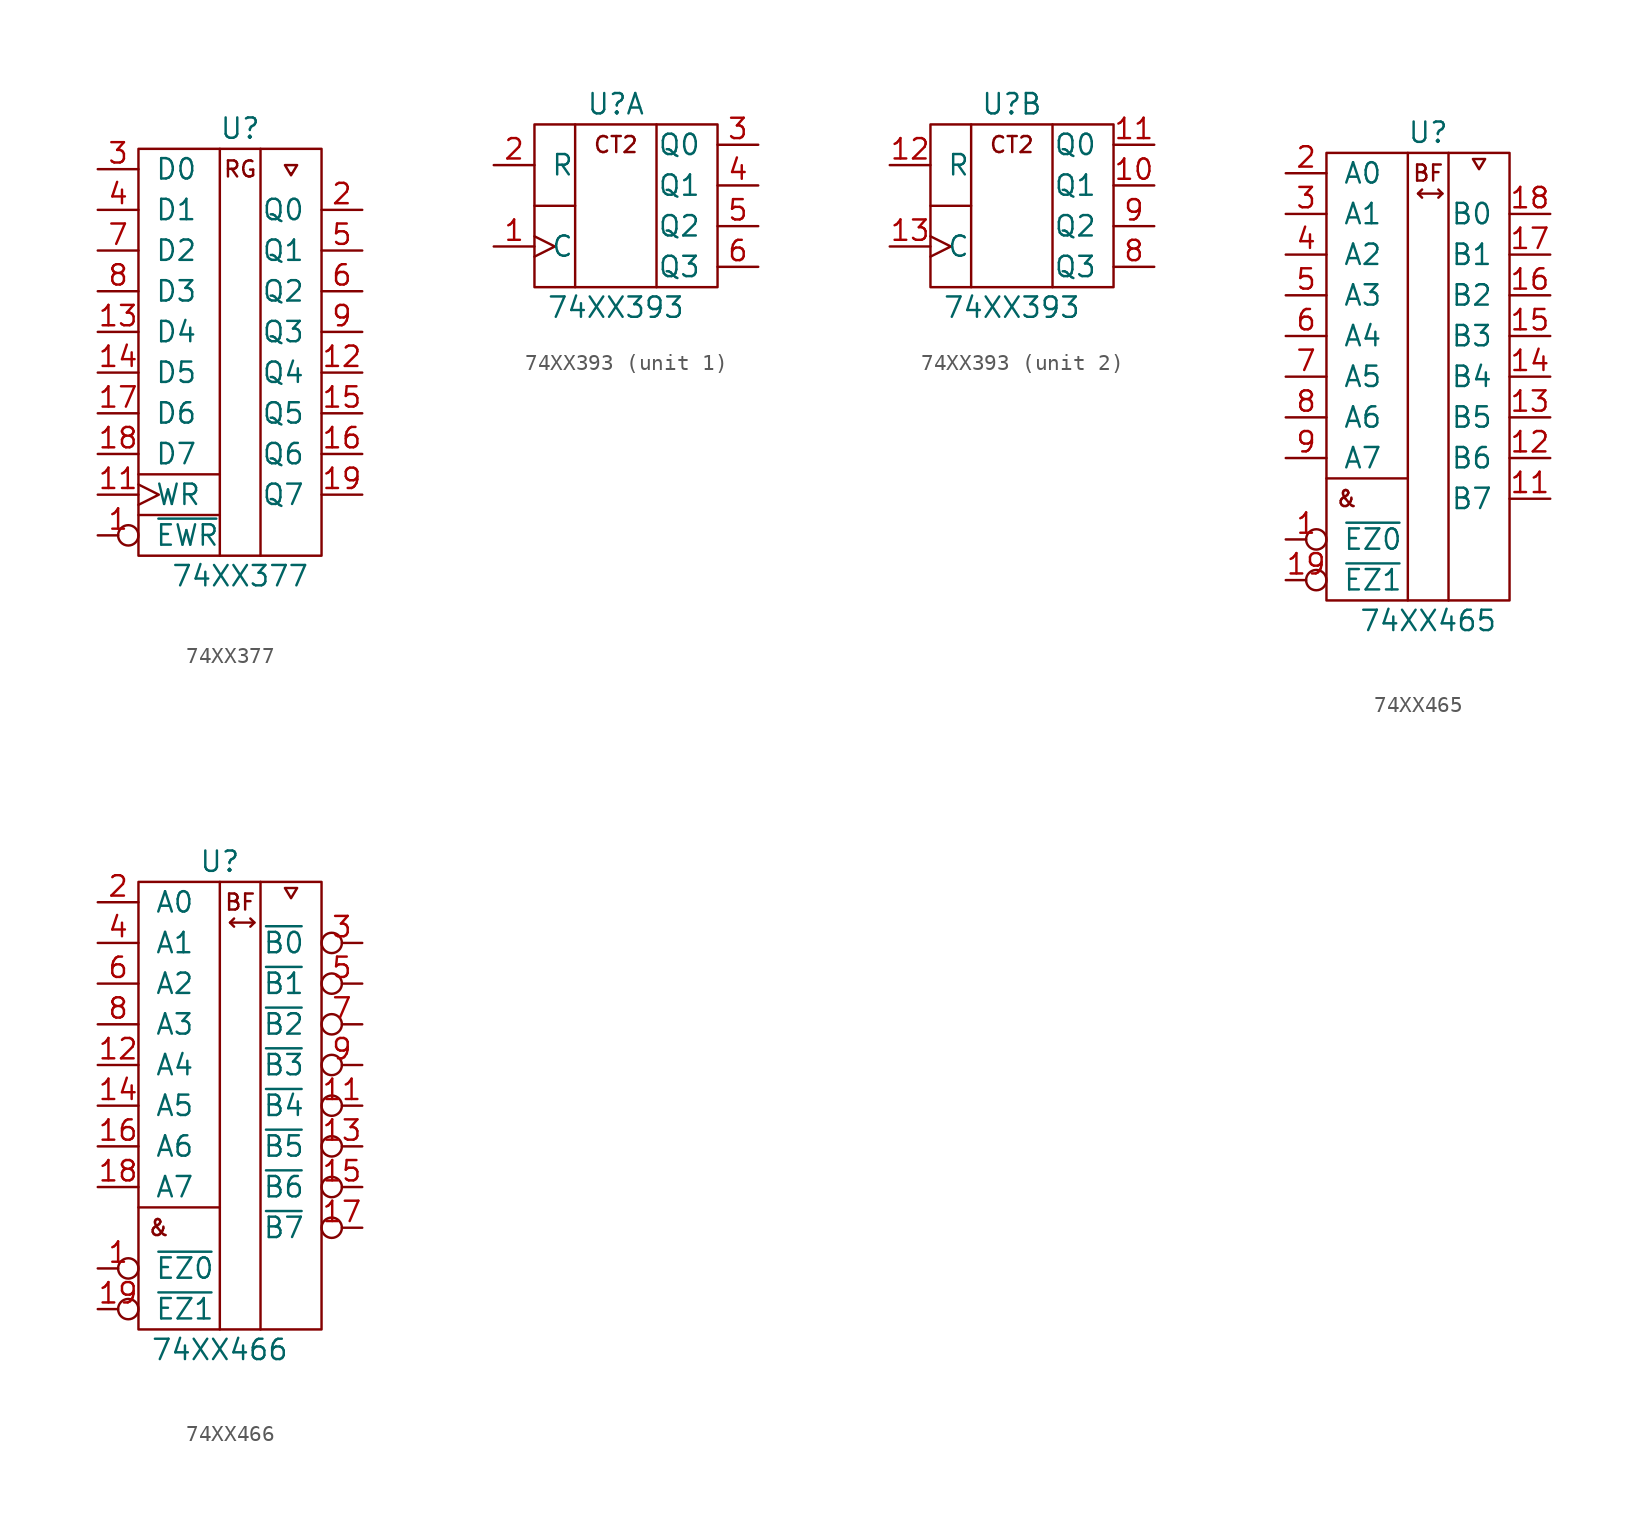
<source format=kicad_sym>
(kicad_symbol_lib
  (version 20211014)
  (generator kicad_symbol_editor)
  (symbol "74XX377"
    (pin_names
      (offset 1.016))
    (property "Reference" "U"
      (at 0 13.97 0)
      (effects (font (size 1.27 1.27))))
    (property "Value" "74XX377"
      (at 0 -13.97 0)
      (effects (font (size 1.27 1.27))))
    (symbol "74XX377_1_1"
      (rectangle (start -6.35 -12.7) (end 5.08 12.7) (stroke (width 0) (type default) (color 0 0 0 0)) (fill (type none)))
      (polyline (pts (xy -1.27 12.7) (xy -1.27 -12.7)) (stroke (width 0) (type default) (color 0 0 0 0)) (fill (type none)))
      (polyline (pts (xy 1.27 -12.7) (xy 1.27 12.7)) (stroke (width 0) (type default) (color 0 0 0 0)) (fill (type none)))
      (polyline (pts (xy -5.08 -7.62) (xy -6.35 -7.62) (xy -1.27 -7.62)) (stroke (width 0) (type default) (color 0 0 0 0)) (fill (type none)))
      (polyline (pts (xy -1.27 -10.16) (xy -6.35 -10.16) (xy -5.08 -10.16)) (stroke (width 0) (type default) (color 0 0 0 0)) (fill (type none)))
      (polyline (pts (xy 3.175 11.049) (xy 2.794 11.684) (xy 3.556 11.684) (xy 3.175 11.049) (xy 3.175 11.176) (xy 3.175 11.049)) (stroke (width 0) (type default) (color 0 0 0 0)) (fill (type none)))
      (text "RG" (at 0 11.43 0) (effects (font (size 1 1))))
      (pin input inverted (at -8.89 -11.43 0) (length 2.54) (name "~{EWR}" (effects (font (size 1.27 1.27)))) (number "1" (effects (font (size 1.27 1.27)))))
      (pin power_in line (at 5.08 -12.7 180) (length 0) hide (name "GND" (effects (font (size 1.27 1.27)))) (number "10" (effects (font (size 1.27 1.27)))))
      (pin input clock (at -8.89 -8.89 0) (length 2.54) (name "WR" (effects (font (size 1.27 1.27)))) (number "11" (effects (font (size 1.27 1.27)))))
      (pin output line (at 7.62 -1.27 180) (length 2.54) (name "Q4" (effects (font (size 1.27 1.27)))) (number "12" (effects (font (size 1.27 1.27)))))
      (pin input line (at -8.89 1.27 0) (length 2.54) (name "D4" (effects (font (size 1.27 1.27)))) (number "13" (effects (font (size 1.27 1.27)))))
      (pin input line (at -8.89 -1.27 0) (length 2.54) (name "D5" (effects (font (size 1.27 1.27)))) (number "14" (effects (font (size 1.27 1.27)))))
      (pin output line (at 7.62 -3.81 180) (length 2.54) (name "Q5" (effects (font (size 1.27 1.27)))) (number "15" (effects (font (size 1.27 1.27)))))
      (pin output line (at 7.62 -6.35 180) (length 2.54) (name "Q6" (effects (font (size 1.27 1.27)))) (number "16" (effects (font (size 1.27 1.27)))))
      (pin input line (at -8.89 -3.81 0) (length 2.54) (name "D6" (effects (font (size 1.27 1.27)))) (number "17" (effects (font (size 1.27 1.27)))))
      (pin input line (at -8.89 -6.35 0) (length 2.54) (name "D7" (effects (font (size 1.27 1.27)))) (number "18" (effects (font (size 1.27 1.27)))))
      (pin output line (at 7.62 -8.89 180) (length 2.54) (name "Q7" (effects (font (size 1.27 1.27)))) (number "19" (effects (font (size 1.27 1.27)))))
      (pin output line (at 7.62 8.89 180) (length 2.54) (name "Q0" (effects (font (size 1.27 1.27)))) (number "2" (effects (font (size 1.27 1.27)))))
      (pin power_in line (at 5.08 12.7 180) (length 0) hide (name "VCC" (effects (font (size 1.27 1.27)))) (number "20" (effects (font (size 1.27 1.27)))))
      (pin input line (at -8.89 11.43 0) (length 2.54) (name "D0" (effects (font (size 1.27 1.27)))) (number "3" (effects (font (size 1.27 1.27)))))
      (pin input line (at -8.89 8.89 0) (length 2.54) (name "D1" (effects (font (size 1.27 1.27)))) (number "4" (effects (font (size 1.27 1.27)))))
      (pin output line (at 7.62 6.35 180) (length 2.54) (name "Q1" (effects (font (size 1.27 1.27)))) (number "5" (effects (font (size 1.27 1.27)))))
      (pin output line (at 7.62 3.81 180) (length 2.54) (name "Q2" (effects (font (size 1.27 1.27)))) (number "6" (effects (font (size 1.27 1.27)))))
      (pin input line (at -8.89 6.35 0) (length 2.54) (name "D2" (effects (font (size 1.27 1.27)))) (number "7" (effects (font (size 1.27 1.27)))))
      (pin input line (at -8.89 3.81 0) (length 2.54) (name "D3" (effects (font (size 1.27 1.27)))) (number "8" (effects (font (size 1.27 1.27)))))
      (pin output line (at 7.62 1.27 180) (length 2.54) (name "Q3" (effects (font (size 1.27 1.27)))) (number "9" (effects (font (size 1.27 1.27)))))))
  (symbol "74XX393"
    (pin_names
      (offset 1.016))
    (property "Reference" "U"
      (at 0 6.35 0)
      (effects (font (size 1.27 1.27))))
    (property "Value" "74XX393"
      (at 0 -6.35 0)
      (effects (font (size 1.27 1.27))))
    (symbol "74XX393_0_0"
      (polyline (pts (xy -5.08 0) (xy -2.54 0)) (stroke (width 0) (type default) (color 0 0 0 0)) (fill (type none)))
      (text "CT2" (at 0 3.81 0) (effects (font (size 1 1)))))
    (symbol "74XX393_0_1"
      (rectangle (start -5.08 -5.08) (end 6.35 5.08) (stroke (width 0) (type default) (color 0 0 0 0)) (fill (type none)))
      (polyline (pts (xy -2.54 -5.08) (xy -2.54 5.08)) (stroke (width 0) (type default) (color 0 0 0 0)) (fill (type none)))
      (polyline (pts (xy 2.54 5.08) (xy 2.54 -5.08)) (stroke (width 0) (type default) (color 0 0 0 0)) (fill (type none)))
      (pin power_in line (at 6.35 5.08 180) (length 0) hide (name "VCC" (effects (font (size 1.27 1.27)))) (number "14" (effects (font (size 1.27 1.27)))))
      (pin power_in line (at 6.35 -5.08 180) (length 0) hide (name "GND" (effects (font (size 1.27 1.27)))) (number "7" (effects (font (size 1.27 1.27))))))
    (symbol "74XX393_1_1"
      (pin input clock (at -7.62 -2.54 0) (length 2.54) (name "C" (effects (font (size 1.27 1.27)))) (number "1" (effects (font (size 1.27 1.27)))))
      (pin input line (at -7.62 2.54 0) (length 2.54) (name "R" (effects (font (size 1.27 1.27)))) (number "2" (effects (font (size 1.27 1.27)))))
      (pin output line (at 8.89 3.81 180) (length 2.54) (name "Q0" (effects (font (size 1.27 1.27)))) (number "3" (effects (font (size 1.27 1.27)))))
      (pin output line (at 8.89 1.27 180) (length 2.54) (name "Q1" (effects (font (size 1.27 1.27)))) (number "4" (effects (font (size 1.27 1.27)))))
      (pin output line (at 8.89 -1.27 180) (length 2.54) (name "Q2" (effects (font (size 1.27 1.27)))) (number "5" (effects (font (size 1.27 1.27)))))
      (pin output line (at 8.89 -3.81 180) (length 2.54) (name "Q3" (effects (font (size 1.27 1.27)))) (number "6" (effects (font (size 1.27 1.27))))))
    (symbol "74XX393_2_1"
      (pin output line (at 8.89 1.27 180) (length 2.54) (name "Q1" (effects (font (size 1.27 1.27)))) (number "10" (effects (font (size 1.27 1.27)))))
      (pin output line (at 8.89 3.81 180) (length 2.54) (name "Q0" (effects (font (size 1.27 1.27)))) (number "11" (effects (font (size 1.27 1.27)))))
      (pin input line (at -7.62 2.54 0) (length 2.54) (name "R" (effects (font (size 1.27 1.27)))) (number "12" (effects (font (size 1.27 1.27)))))
      (pin input clock (at -7.62 -2.54 0) (length 2.54) (name "C" (effects (font (size 1.27 1.27)))) (number "13" (effects (font (size 1.27 1.27)))))
      (pin output line (at 8.89 -3.81 180) (length 2.54) (name "Q3" (effects (font (size 1.27 1.27)))) (number "8" (effects (font (size 1.27 1.27)))))
      (pin output line (at 8.89 -1.27 180) (length 2.54) (name "Q2" (effects (font (size 1.27 1.27)))) (number "9" (effects (font (size 1.27 1.27)))))))
  (symbol "74XX465"
    (pin_names
      (offset 1.016))
    (property "Reference" "U"
      (at 0 13.97 0)
      (effects (font (size 1.27 1.27))))
    (property "Value" "74XX465"
      (at 0 -16.51 0)
      (effects (font (size 1.27 1.27))))
    (symbol "74XX465_0_0"
      (text "&" (at -5.08 -8.89 0) (effects (font (size 1 1)))))
    (symbol "74XX465_0_1"
      (polyline (pts (xy -1.27 12.7) (xy -1.27 -15.24)) (stroke (width 0) (type default) (color 0 0 0 0)) (fill (type none)))
      (polyline (pts (xy -0.635 10.16) (xy 0.889 10.16)) (stroke (width 0) (type default) (color 0 0 0 0)) (fill (type none)))
      (polyline (pts (xy 1.27 -15.24) (xy 1.27 12.7)) (stroke (width 0) (type default) (color 0 0 0 0)) (fill (type none)))
      (polyline (pts (xy -5.08 -7.62) (xy -6.35 -7.62) (xy -1.27 -7.62)) (stroke (width 0) (type default) (color 0 0 0 0)) (fill (type none)))
      (polyline (pts (xy -0.381 10.414) (xy -0.635 10.16) (xy -0.381 9.906)) (stroke (width 0) (type default) (color 0 0 0 0)) (fill (type none)))
      (polyline (pts (xy 0.635 10.414) (xy 0.889 10.16) (xy 0.635 9.906)) (stroke (width 0) (type default) (color 0 0 0 0)) (fill (type none)))
      (polyline (pts (xy 3.175 11.684) (xy 2.794 12.319) (xy 3.556 12.319) (xy 3.175 11.684)) (stroke (width 0) (type default) (color 0 0 0 0)) (fill (type none))))
    (symbol "74XX465_1_1"
      (rectangle (start -6.35 -15.24) (end 5.08 12.7) (stroke (width 0) (type default) (color 0 0 0 0)) (fill (type none)))
      (text "BF" (at 0 11.43 0) (effects (font (size 1 1))))
      (pin input inverted (at -8.89 -11.43 0) (length 2.54) (name "~{EZ0}" (effects (font (size 1.27 1.27)))) (number "1" (effects (font (size 1.27 1.27)))))
      (pin power_in line (at 5.08 -15.24 180) (length 0) hide (name "GND" (effects (font (size 1.27 1.27)))) (number "10" (effects (font (size 1.27 1.27)))))
      (pin tri_state line (at 7.62 -8.89 180) (length 2.54) (name "B7" (effects (font (size 1.27 1.27)))) (number "11" (effects (font (size 1.27 1.27)))))
      (pin tri_state line (at 7.62 -6.35 180) (length 2.54) (name "B6" (effects (font (size 1.27 1.27)))) (number "12" (effects (font (size 1.27 1.27)))))
      (pin tri_state line (at 7.62 -3.81 180) (length 2.54) (name "B5" (effects (font (size 1.27 1.27)))) (number "13" (effects (font (size 1.27 1.27)))))
      (pin tri_state line (at 7.62 -1.27 180) (length 2.54) (name "B4" (effects (font (size 1.27 1.27)))) (number "14" (effects (font (size 1.27 1.27)))))
      (pin tri_state line (at 7.62 1.27 180) (length 2.54) (name "B3" (effects (font (size 1.27 1.27)))) (number "15" (effects (font (size 1.27 1.27)))))
      (pin tri_state line (at 7.62 3.81 180) (length 2.54) (name "B2" (effects (font (size 1.27 1.27)))) (number "16" (effects (font (size 1.27 1.27)))))
      (pin tri_state line (at 7.62 6.35 180) (length 2.54) (name "B1" (effects (font (size 1.27 1.27)))) (number "17" (effects (font (size 1.27 1.27)))))
      (pin tri_state line (at 7.62 8.89 180) (length 2.54) (name "B0" (effects (font (size 1.27 1.27)))) (number "18" (effects (font (size 1.27 1.27)))))
      (pin input inverted (at -8.89 -13.97 0) (length 2.54) (name "~{EZ1}" (effects (font (size 1.27 1.27)))) (number "19" (effects (font (size 1.27 1.27)))))
      (pin input line (at -8.89 11.43 0) (length 2.54) (name "A0" (effects (font (size 1.27 1.27)))) (number "2" (effects (font (size 1.27 1.27)))))
      (pin power_in line (at 5.08 12.7 180) (length 0) hide (name "VCC" (effects (font (size 1.27 1.27)))) (number "20" (effects (font (size 1.27 1.27)))))
      (pin input line (at -8.89 8.89 0) (length 2.54) (name "A1" (effects (font (size 1.27 1.27)))) (number "3" (effects (font (size 1.27 1.27)))))
      (pin input line (at -8.89 6.35 0) (length 2.54) (name "A2" (effects (font (size 1.27 1.27)))) (number "4" (effects (font (size 1.27 1.27)))))
      (pin input line (at -8.89 3.81 0) (length 2.54) (name "A3" (effects (font (size 1.27 1.27)))) (number "5" (effects (font (size 1.27 1.27)))))
      (pin input line (at -8.89 1.27 0) (length 2.54) (name "A4" (effects (font (size 1.27 1.27)))) (number "6" (effects (font (size 1.27 1.27)))))
      (pin input line (at -8.89 -1.27 0) (length 2.54) (name "A5" (effects (font (size 1.27 1.27)))) (number "7" (effects (font (size 1.27 1.27)))))
      (pin input line (at -8.89 -3.81 0) (length 2.54) (name "A6" (effects (font (size 1.27 1.27)))) (number "8" (effects (font (size 1.27 1.27)))))
      (pin input line (at -8.89 -6.35 0) (length 2.54) (name "A7" (effects (font (size 1.27 1.27)))) (number "9" (effects (font (size 1.27 1.27)))))))
  (symbol "74XX466"
    (pin_names
      (offset 1.016))
    (property "Reference" "U"
      (at 0 13.97 0)
      (effects (font (size 1.27 1.27))))
    (property "Value" "74XX466"
      (at 0 -16.51 0)
      (effects (font (size 1.27 1.27))))
    (symbol "74XX466_0_0"
      (polyline (pts (xy -5.08 -7.62) (xy 0 -7.62)) (stroke (width 0) (type default) (color 0 0 0 0)) (fill (type none))))
    (symbol "74XX466_0_1"
      (polyline (pts (xy 0 12.7) (xy 0 -15.24)) (stroke (width 0) (type default) (color 0 0 0 0)) (fill (type none)))
      (polyline (pts (xy 0.635 10.16) (xy 2.159 10.16)) (stroke (width 0) (type default) (color 0 0 0 0)) (fill (type none)))
      (polyline (pts (xy 2.54 -15.24) (xy 2.54 12.7)) (stroke (width 0) (type default) (color 0 0 0 0)) (fill (type none)))
      (polyline (pts (xy 0.889 10.414) (xy 0.635 10.16) (xy 0.889 9.906)) (stroke (width 0) (type default) (color 0 0 0 0)) (fill (type none)))
      (polyline (pts (xy 1.905 10.414) (xy 2.159 10.16) (xy 1.905 9.906)) (stroke (width 0) (type default) (color 0 0 0 0)) (fill (type none)))
      (polyline (pts (xy 4.445 11.684) (xy 4.064 12.319) (xy 4.826 12.319) (xy 4.445 11.684)) (stroke (width 0) (type default) (color 0 0 0 0)) (fill (type none))))
    (symbol "74XX466_1_1"
      (rectangle (start -5.08 -15.24) (end 6.35 12.7) (stroke (width 0) (type default) (color 0 0 0 0)) (fill (type none)))
      (text "&" (at -3.81 -8.89 0) (effects (font (size 1 1))))
      (text "BF" (at 1.27 11.43 0) (effects (font (size 1 1))))
      (pin input inverted (at -7.62 -11.43 0) (length 2.54) (name "~{EZ0}" (effects (font (size 1.27 1.27)))) (number "1" (effects (font (size 1.27 1.27)))))
      (pin power_in line (at 6.35 -15.24 180) (length 0) hide (name "GND" (effects (font (size 1.27 1.27)))) (number "10" (effects (font (size 1.27 1.27)))))
      (pin tri_state inverted (at 8.89 -1.27 180) (length 2.54) (name "~{B4}" (effects (font (size 1.27 1.27)))) (number "11" (effects (font (size 1.27 1.27)))))
      (pin input line (at -7.62 1.27 0) (length 2.54) (name "A4" (effects (font (size 1.27 1.27)))) (number "12" (effects (font (size 1.27 1.27)))))
      (pin tri_state inverted (at 8.89 -3.81 180) (length 2.54) (name "~{B5}" (effects (font (size 1.27 1.27)))) (number "13" (effects (font (size 1.27 1.27)))))
      (pin input line (at -7.62 -1.27 0) (length 2.54) (name "A5" (effects (font (size 1.27 1.27)))) (number "14" (effects (font (size 1.27 1.27)))))
      (pin tri_state inverted (at 8.89 -6.35 180) (length 2.54) (name "~{B6}" (effects (font (size 1.27 1.27)))) (number "15" (effects (font (size 1.27 1.27)))))
      (pin input line (at -7.62 -3.81 0) (length 2.54) (name "A6" (effects (font (size 1.27 1.27)))) (number "16" (effects (font (size 1.27 1.27)))))
      (pin tri_state inverted (at 8.89 -8.89 180) (length 2.54) (name "~{B7}" (effects (font (size 1.27 1.27)))) (number "17" (effects (font (size 1.27 1.27)))))
      (pin input line (at -7.62 -6.35 0) (length 2.54) (name "A7" (effects (font (size 1.27 1.27)))) (number "18" (effects (font (size 1.27 1.27)))))
      (pin input inverted (at -7.62 -13.97 0) (length 2.54) (name "~{EZ1}" (effects (font (size 1.27 1.27)))) (number "19" (effects (font (size 1.27 1.27)))))
      (pin input line (at -7.62 11.43 0) (length 2.54) (name "A0" (effects (font (size 1.27 1.27)))) (number "2" (effects (font (size 1.27 1.27)))))
      (pin power_in line (at 6.35 12.7 180) (length 0) hide (name "VCC" (effects (font (size 1.27 1.27)))) (number "20" (effects (font (size 1.27 1.27)))))
      (pin tri_state inverted (at 8.89 8.89 180) (length 2.54) (name "~{B0}" (effects (font (size 1.27 1.27)))) (number "3" (effects (font (size 1.27 1.27)))))
      (pin input line (at -7.62 8.89 0) (length 2.54) (name "A1" (effects (font (size 1.27 1.27)))) (number "4" (effects (font (size 1.27 1.27)))))
      (pin tri_state inverted (at 8.89 6.35 180) (length 2.54) (name "~{B1}" (effects (font (size 1.27 1.27)))) (number "5" (effects (font (size 1.27 1.27)))))
      (pin input line (at -7.62 6.35 0) (length 2.54) (name "A2" (effects (font (size 1.27 1.27)))) (number "6" (effects (font (size 1.27 1.27)))))
      (pin tri_state inverted (at 8.89 3.81 180) (length 2.54) (name "~{B2}" (effects (font (size 1.27 1.27)))) (number "7" (effects (font (size 1.27 1.27)))))
      (pin input line (at -7.62 3.81 0) (length 2.54) (name "A3" (effects (font (size 1.27 1.27)))) (number "8" (effects (font (size 1.27 1.27)))))
      (pin tri_state inverted (at 8.89 1.27 180) (length 2.54) (name "~{B3}" (effects (font (size 1.27 1.27)))) (number "9" (effects (font (size 1.27 1.27))))))))
</source>
